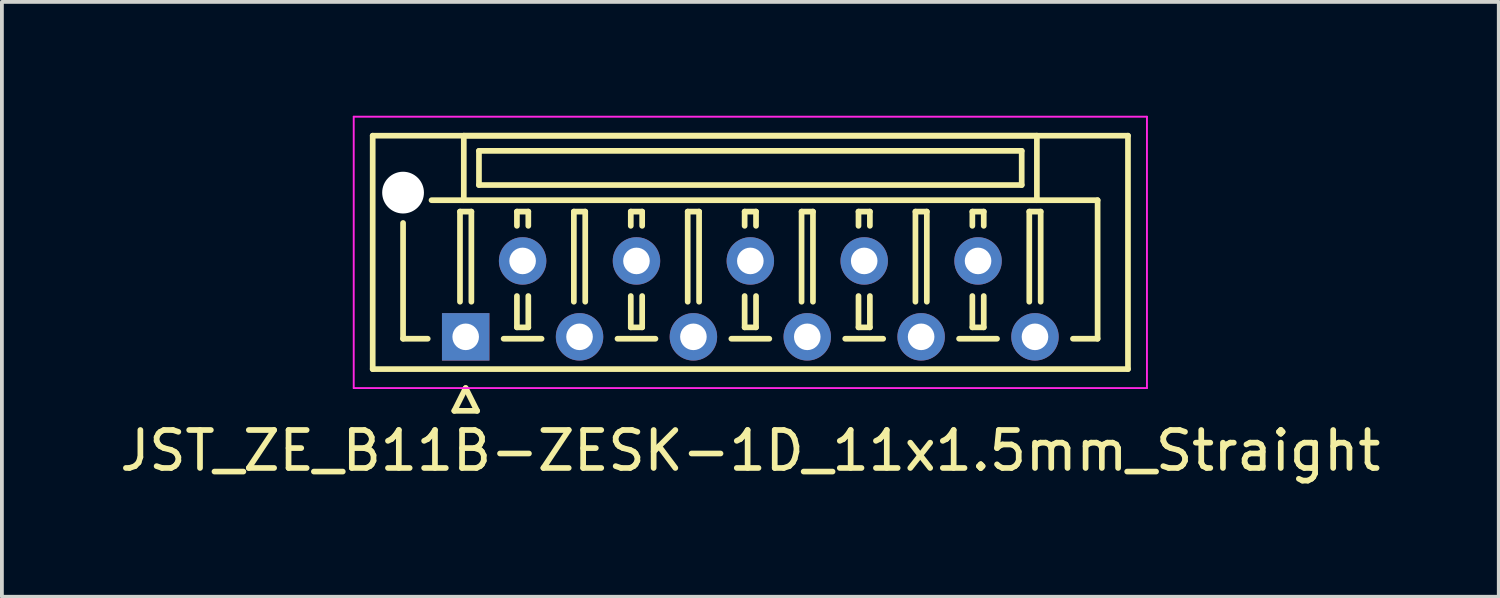
<source format=kicad_pcb>
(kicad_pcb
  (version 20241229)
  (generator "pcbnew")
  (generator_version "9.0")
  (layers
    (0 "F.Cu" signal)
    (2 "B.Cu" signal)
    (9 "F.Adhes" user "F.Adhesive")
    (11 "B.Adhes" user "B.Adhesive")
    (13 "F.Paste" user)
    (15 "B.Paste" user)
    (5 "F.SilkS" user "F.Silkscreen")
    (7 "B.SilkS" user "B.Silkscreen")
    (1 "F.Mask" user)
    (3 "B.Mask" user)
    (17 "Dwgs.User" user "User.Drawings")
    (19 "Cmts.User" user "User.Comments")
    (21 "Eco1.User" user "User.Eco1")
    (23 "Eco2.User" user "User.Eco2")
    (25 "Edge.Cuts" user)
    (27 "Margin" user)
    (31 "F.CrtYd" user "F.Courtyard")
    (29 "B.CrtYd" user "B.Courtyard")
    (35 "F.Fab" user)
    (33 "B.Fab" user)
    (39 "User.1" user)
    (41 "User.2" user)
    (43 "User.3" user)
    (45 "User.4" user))
  (footprint "JST_ZE_B11B-ZESK-1D_11x1.5mm_Straight"
    (layer "F.Cu")
    (at 9.22 5.825)
    (property "Reference" "JST_ZE_B11B-ZESK-1D_11x1.5mm_Straight" (at 7.5 3 0) (layer "F.SilkS") (effects (font (size 1 1) (thickness 0.15))))
    (attr through_hole)
    (fp_line (start -2.45 -5.3) (end -2.45 0.85) (stroke (width 0.15) (type solid)) (layer "F.SilkS"))
    (fp_line (start -2.45 0.85) (end 17.45 0.85) (stroke (width 0.15) (type solid)) (layer "F.SilkS"))
    (fp_line (start -1.65 -3) (end -1.65 0.05) (stroke (width 0.15) (type solid)) (layer "F.SilkS"))
    (fp_line (start -1.65 0.05) (end -1 0.05) (stroke (width 0.15) (type solid)) (layer "F.SilkS"))
    (fp_line (start -0.3 1.95) (end 0 1.35) (stroke (width 0.15) (type solid)) (layer "F.SilkS"))
    (fp_line (start -0.15 -3.3) (end 0.15 -3.3) (stroke (width 0.15) (type solid)) (layer "F.SilkS"))
    (fp_line (start -0.15 -0.925) (end -0.15 -3.3) (stroke (width 0.15) (type solid)) (layer "F.SilkS"))
    (fp_line (start -0.05 -5.3) (end -0.05 -3.6) (stroke (width 0.15) (type solid)) (layer "F.SilkS"))
    (fp_line (start -0.05 -3.6) (end -0.9 -3.6) (stroke (width 0.15) (type solid)) (layer "F.SilkS"))
    (fp_line (start -0.05 -3.6) (end 15.05 -3.6) (stroke (width 0.15) (type solid)) (layer "F.SilkS"))
    (fp_line (start 0 1.35) (end 0.3 1.95) (stroke (width 0.15) (type solid)) (layer "F.SilkS"))
    (fp_line (start 0.15 -3.3) (end 0.15 -0.925) (stroke (width 0.15) (type solid)) (layer "F.SilkS"))
    (fp_line (start 0.3 1.95) (end -0.3 1.95) (stroke (width 0.15) (type solid)) (layer "F.SilkS"))
    (fp_line (start 0.35 -4.9) (end 0.35 -4) (stroke (width 0.15) (type solid)) (layer "F.SilkS"))
    (fp_line (start 0.35 -4) (end 14.65 -4) (stroke (width 0.15) (type solid)) (layer "F.SilkS"))
    (fp_line (start 1 0.05) (end 2 0.05) (stroke (width 0.15) (type solid)) (layer "F.SilkS"))
    (fp_line (start 1.35 -3.3) (end 1.65 -3.3) (stroke (width 0.15) (type solid)) (layer "F.SilkS"))
    (fp_line (start 1.35 -2.925) (end 1.35 -3.3) (stroke (width 0.15) (type solid)) (layer "F.SilkS"))
    (fp_line (start 1.35 -1.075) (end 1.35 -0.25) (stroke (width 0.15) (type solid)) (layer "F.SilkS"))
    (fp_line (start 1.35 -0.25) (end 1.65 -0.25) (stroke (width 0.15) (type solid)) (layer "F.SilkS"))
    (fp_line (start 1.65 -3.3) (end 1.65 -2.925) (stroke (width 0.15) (type solid)) (layer "F.SilkS"))
    (fp_line (start 1.65 -0.25) (end 1.65 -1.075) (stroke (width 0.15) (type solid)) (layer "F.SilkS"))
    (fp_line (start 2.85 -3.3) (end 3.15 -3.3) (stroke (width 0.15) (type solid)) (layer "F.SilkS"))
    (fp_line (start 2.85 -0.925) (end 2.85 -3.3) (stroke (width 0.15) (type solid)) (layer "F.SilkS"))
    (fp_line (start 3.15 -3.3) (end 3.15 -0.925) (stroke (width 0.15) (type solid)) (layer "F.SilkS"))
    (fp_line (start 4 0.05) (end 5 0.05) (stroke (width 0.15) (type solid)) (layer "F.SilkS"))
    (fp_line (start 4.35 -3.3) (end 4.65 -3.3) (stroke (width 0.15) (type solid)) (layer "F.SilkS"))
    (fp_line (start 4.35 -2.925) (end 4.35 -3.3) (stroke (width 0.15) (type solid)) (layer "F.SilkS"))
    (fp_line (start 4.35 -1.075) (end 4.35 -0.25) (stroke (width 0.15) (type solid)) (layer "F.SilkS"))
    (fp_line (start 4.35 -0.25) (end 4.65 -0.25) (stroke (width 0.15) (type solid)) (layer "F.SilkS"))
    (fp_line (start 4.65 -3.3) (end 4.65 -2.925) (stroke (width 0.15) (type solid)) (layer "F.SilkS"))
    (fp_line (start 4.65 -0.25) (end 4.65 -1.075) (stroke (width 0.15) (type solid)) (layer "F.SilkS"))
    (fp_line (start 5.85 -3.3) (end 6.15 -3.3) (stroke (width 0.15) (type solid)) (layer "F.SilkS"))
    (fp_line (start 5.85 -0.925) (end 5.85 -3.3) (stroke (width 0.15) (type solid)) (layer "F.SilkS"))
    (fp_line (start 6.15 -3.3) (end 6.15 -0.925) (stroke (width 0.15) (type solid)) (layer "F.SilkS"))
    (fp_line (start 7 0.05) (end 8 0.05) (stroke (width 0.15) (type solid)) (layer "F.SilkS"))
    (fp_line (start 7.35 -3.3) (end 7.65 -3.3) (stroke (width 0.15) (type solid)) (layer "F.SilkS"))
    (fp_line (start 7.35 -2.925) (end 7.35 -3.3) (stroke (width 0.15) (type solid)) (layer "F.SilkS"))
    (fp_line (start 7.35 -1.075) (end 7.35 -0.25) (stroke (width 0.15) (type solid)) (layer "F.SilkS"))
    (fp_line (start 7.35 -0.25) (end 7.65 -0.25) (stroke (width 0.15) (type solid)) (layer "F.SilkS"))
    (fp_line (start 7.65 -3.3) (end 7.65 -2.925) (stroke (width 0.15) (type solid)) (layer "F.SilkS"))
    (fp_line (start 7.65 -0.25) (end 7.65 -1.075) (stroke (width 0.15) (type solid)) (layer "F.SilkS"))
    (fp_line (start 8.85 -3.3) (end 9.15 -3.3) (stroke (width 0.15) (type solid)) (layer "F.SilkS"))
    (fp_line (start 8.85 -0.925) (end 8.85 -3.3) (stroke (width 0.15) (type solid)) (layer "F.SilkS"))
    (fp_line (start 9.15 -3.3) (end 9.15 -0.925) (stroke (width 0.15) (type solid)) (layer "F.SilkS"))
    (fp_line (start 10 0.05) (end 11 0.05) (stroke (width 0.15) (type solid)) (layer "F.SilkS"))
    (fp_line (start 10.35 -3.3) (end 10.65 -3.3) (stroke (width 0.15) (type solid)) (layer "F.SilkS"))
    (fp_line (start 10.35 -2.925) (end 10.35 -3.3) (stroke (width 0.15) (type solid)) (layer "F.SilkS"))
    (fp_line (start 10.35 -1.075) (end 10.35 -0.25) (stroke (width 0.15) (type solid)) (layer "F.SilkS"))
    (fp_line (start 10.35 -0.25) (end 10.65 -0.25) (stroke (width 0.15) (type solid)) (layer "F.SilkS"))
    (fp_line (start 10.65 -3.3) (end 10.65 -2.925) (stroke (width 0.15) (type solid)) (layer "F.SilkS"))
    (fp_line (start 10.65 -0.25) (end 10.65 -1.075) (stroke (width 0.15) (type solid)) (layer "F.SilkS"))
    (fp_line (start 11.85 -3.3) (end 12.15 -3.3) (stroke (width 0.15) (type solid)) (layer "F.SilkS"))
    (fp_line (start 11.85 -0.925) (end 11.85 -3.3) (stroke (width 0.15) (type solid)) (layer "F.SilkS"))
    (fp_line (start 12.15 -3.3) (end 12.15 -0.925) (stroke (width 0.15) (type solid)) (layer "F.SilkS"))
    (fp_line (start 13 0.05) (end 14 0.05) (stroke (width 0.15) (type solid)) (layer "F.SilkS"))
    (fp_line (start 13.35 -3.3) (end 13.65 -3.3) (stroke (width 0.15) (type solid)) (layer "F.SilkS"))
    (fp_line (start 13.35 -2.925) (end 13.35 -3.3) (stroke (width 0.15) (type solid)) (layer "F.SilkS"))
    (fp_line (start 13.35 -1.075) (end 13.35 -0.25) (stroke (width 0.15) (type solid)) (layer "F.SilkS"))
    (fp_line (start 13.35 -0.25) (end 13.65 -0.25) (stroke (width 0.15) (type solid)) (layer "F.SilkS"))
    (fp_line (start 13.65 -3.3) (end 13.65 -2.925) (stroke (width 0.15) (type solid)) (layer "F.SilkS"))
    (fp_line (start 13.65 -0.25) (end 13.65 -1.075) (stroke (width 0.15) (type solid)) (layer "F.SilkS"))
    (fp_line (start 14.65 -4.9) (end 0.35 -4.9) (stroke (width 0.15) (type solid)) (layer "F.SilkS"))
    (fp_line (start 14.65 -4) (end 14.65 -4.9) (stroke (width 0.15) (type solid)) (layer "F.SilkS"))
    (fp_line (start 14.85 -3.3) (end 15.15 -3.3) (stroke (width 0.15) (type solid)) (layer "F.SilkS"))
    (fp_line (start 14.85 -0.925) (end 14.85 -3.3) (stroke (width 0.15) (type solid)) (layer "F.SilkS"))
    (fp_line (start 15.05 -5.3) (end -0.05 -5.3) (stroke (width 0.15) (type solid)) (layer "F.SilkS"))
    (fp_line (start 15.05 -3.6) (end 15.05 -5.3) (stroke (width 0.15) (type solid)) (layer "F.SilkS"))
    (fp_line (start 15.05 -3.6) (end 16.65 -3.6) (stroke (width 0.15) (type solid)) (layer "F.SilkS"))
    (fp_line (start 15.15 -3.3) (end 15.15 -0.925) (stroke (width 0.15) (type solid)) (layer "F.SilkS"))
    (fp_line (start 16.65 -3.6) (end 16.65 0.05) (stroke (width 0.15) (type solid)) (layer "F.SilkS"))
    (fp_line (start 16.65 0.05) (end 16 0.05) (stroke (width 0.15) (type solid)) (layer "F.SilkS"))
    (fp_line (start 17.45 -5.3) (end -2.45 -5.3) (stroke (width 0.15) (type solid)) (layer "F.SilkS"))
    (fp_line (start 17.45 0.85) (end 17.45 -5.3) (stroke (width 0.15) (type solid)) (layer "F.SilkS"))
    (fp_line (start -2.95 -5.8) (end -2.95 1.35) (stroke (width 0.05) (type solid)) (layer "F.CrtYd"))
    (fp_line (start -2.95 1.35) (end 17.95 1.35) (stroke (width 0.05) (type solid)) (layer "F.CrtYd"))
    (fp_line (start 17.95 -5.8) (end -2.95 -5.8) (stroke (width 0.05) (type solid)) (layer "F.CrtYd"))
    (fp_line (start 17.95 1.35) (end 17.95 -5.8) (stroke (width 0.05) (type solid)) (layer "F.CrtYd"))
    (pad "" np_thru_hole circle (at -1.65 -3.8) (size 1.1 1.1) (drill 1.1) (layers "*.Cu"))
    (pad "1" thru_hole rect (at 0 0) (size 1.25 1.25) (drill 0.7) (layers "*.Cu" "*.Mask"))
    (pad "2" thru_hole circle (at 1.5 -2) (size 1.25 1.25) (drill 0.7) (layers "*.Cu" "*.Mask"))
    (pad "3" thru_hole circle (at 3 0) (size 1.25 1.25) (drill 0.7) (layers "*.Cu" "*.Mask"))
    (pad "4" thru_hole circle (at 4.5 -2) (size 1.25 1.25) (drill 0.7) (layers "*.Cu" "*.Mask"))
    (pad "5" thru_hole circle (at 6 0) (size 1.25 1.25) (drill 0.7) (layers "*.Cu" "*.Mask"))
    (pad "6" thru_hole circle (at 7.5 -2) (size 1.25 1.25) (drill 0.7) (layers "*.Cu" "*.Mask"))
    (pad "7" thru_hole circle (at 9 0) (size 1.25 1.25) (drill 0.7) (layers "*.Cu" "*.Mask"))
    (pad "8" thru_hole circle (at 10.5 -2) (size 1.25 1.25) (drill 0.7) (layers "*.Cu" "*.Mask"))
    (pad "9" thru_hole circle (at 12 0) (size 1.25 1.25) (drill 0.7) (layers "*.Cu" "*.Mask"))
    (pad "10" thru_hole circle (at 13.5 -2) (size 1.25 1.25) (drill 0.7) (layers "*.Cu" "*.Mask"))
    (pad "11" thru_hole circle (at 15 0) (size 1.25 1.25) (drill 0.7) (layers "*.Cu" "*.Mask")))
  (gr_rect
    (start -3 -3)
    (end 36.44 12.673)
    (stroke (width 0.1) (type default))
    (fill no)
    (layer "Edge.Cuts")))
</source>
